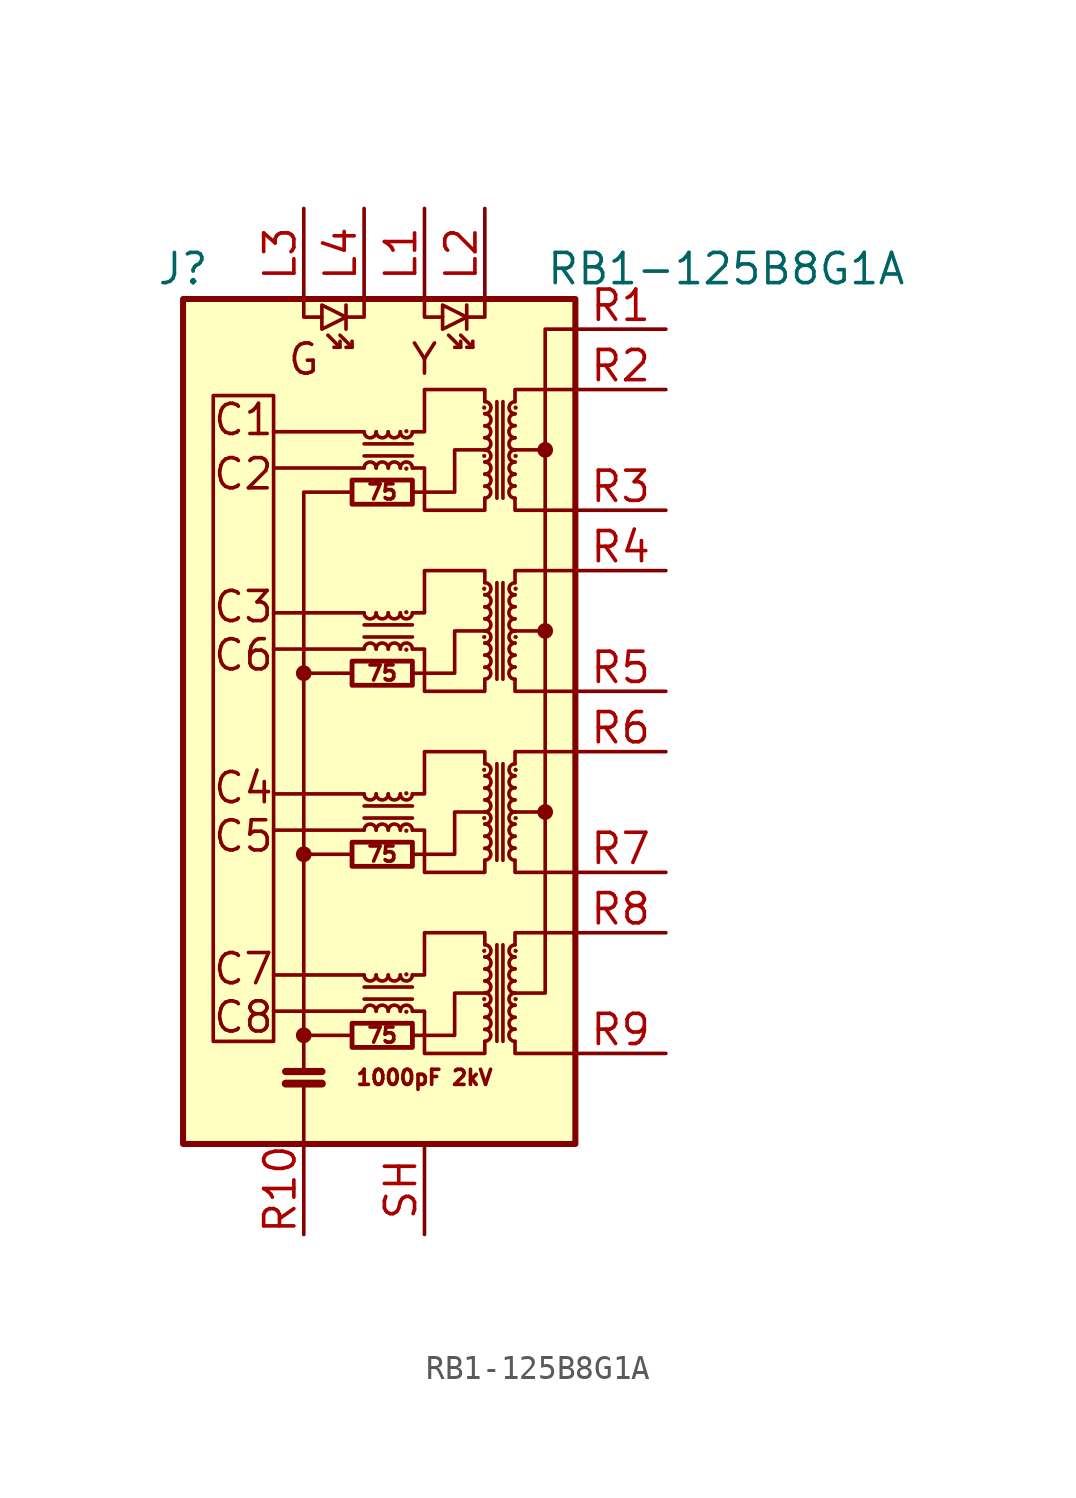
<source format=kicad_sym>
(kicad_symbol_lib
  (version 20201005)
  (generator kicad_symbol_editor)
  (symbol "Connector:RB1-125B8G1A"
    (pin_names hide)
    (property "Reference" "J"
      (at -7.62 20.32 0)
      (effects (font (size 1.27 1.27))))
    (property "Value" "RB1-125B8G1A"
      (at 15.24 20.32 0)
      (effects (font (size 1.27 1.27))))
    (symbol "RB1-125B8G1A_0_0"
      (text "1000pF 2kV" (at 2.54 -13.716 0) (effects (font (size 0.635 0.635))))
      (text "75" (at 0.762 -11.938 0) (effects (font (size 0.635 0.635))))
      (text "75" (at 0.762 -4.318 0) (effects (font (size 0.635 0.635))))
      (text "75" (at 0.762 3.302 0) (effects (font (size 0.635 0.635))))
      (text "75" (at 0.762 10.922 0) (effects (font (size 0.635 0.635))))
      (text "C1" (at -5.08 13.97 0) (effects (font (size 1.27 1.27))))
      (text "C2" (at -5.08 11.684 0) (effects (font (size 1.27 1.27))))
      (text "C3" (at -5.08 6.096 0) (effects (font (size 1.27 1.27))))
      (text "C4" (at -5.08 -1.524 0) (effects (font (size 1.27 1.27))))
      (text "C5" (at -5.08 -3.556 0) (effects (font (size 1.27 1.27))))
      (text "C6" (at -5.08 4.064 0) (effects (font (size 1.27 1.27))))
      (text "C7" (at -5.08 -9.144 0) (effects (font (size 1.27 1.27))))
      (text "C8" (at -5.08 -11.176 0) (effects (font (size 1.27 1.27))))
      (text "G" (at -2.54 16.51 0) (effects (font (size 1.27 1.27))))
      (text "Y" (at 2.54 16.51 0) (effects (font (size 1.27 1.27))))
      (polyline (pts (xy -0.508 -11.938) (xy -2.54 -11.938)) (stroke (width 0)) (fill (type none)))
      (polyline (pts (xy 0 -10.922) (xy -3.81 -10.922)) (stroke (width 0)) (fill (type none)))
      (polyline (pts (xy 0 -9.398) (xy -3.81 -9.398)) (stroke (width 0)) (fill (type none)))
      (polyline (pts (xy 0 -3.302) (xy -3.81 -3.302)) (stroke (width 0)) (fill (type none)))
      (polyline (pts (xy 0 -1.778) (xy -3.81 -1.778)) (stroke (width 0)) (fill (type none)))
      (polyline (pts (xy 0 4.318) (xy -3.81 4.318)) (stroke (width 0)) (fill (type none)))
      (polyline (pts (xy 0 5.842) (xy -3.81 5.842)) (stroke (width 0)) (fill (type none)))
      (polyline (pts (xy 0 11.938) (xy -3.81 11.938)) (stroke (width 0)) (fill (type none)))
      (polyline (pts (xy 0 13.462) (xy -3.81 13.462)) (stroke (width 0)) (fill (type none)))
      (polyline (pts (xy 6.35 5.08) (xy 7.62 5.08)) (stroke (width 0)) (fill (type none)))
      (polyline (pts (xy 7.62 -2.54) (xy 6.35 -2.54)) (stroke (width 0)) (fill (type none)))
      (polyline (pts (xy 7.62 12.7) (xy 6.35 12.7)) (stroke (width 0)) (fill (type none)))
      (polyline (pts (xy 2.032 -11.938) (xy 3.81 -11.938) (xy 3.81 -10.16) (xy 5.08 -10.16)) (stroke (width 0)) (fill (type none)))
      (polyline (pts (xy 2.032 -4.318) (xy 3.81 -4.318) (xy 3.81 -2.54) (xy 5.08 -2.54)) (stroke (width 0)) (fill (type none)))
      (polyline (pts (xy 2.032 3.302) (xy 3.81 3.302) (xy 3.81 5.08) (xy 5.08 5.08)) (stroke (width 0)) (fill (type none)))
      (polyline (pts (xy 2.032 10.922) (xy 3.81 10.922) (xy 3.81 12.7) (xy 5.08 12.7)) (stroke (width 0)) (fill (type none))))
    (symbol "RB1-125B8G1A_0_1"
      (arc (start 0.508 -10.922) (end 0 -10.922) (radius (at 0.254 -10.922) (length 0.254) (angles 0.1 179.9)) (stroke (width 0)) (fill (type none)))
      (arc (start 0 -9.398) (end 0.508 -9.398) (radius (at 0.254 -9.398) (length 0.254) (angles -179.9 -0.1)) (stroke (width 0)) (fill (type none)))
      (arc (start 0.508 -3.302) (end 0 -3.302) (radius (at 0.254 -3.302) (length 0.254) (angles 0.1 179.9)) (stroke (width 0)) (fill (type none)))
      (arc (start 0 -1.778) (end 0.508 -1.778) (radius (at 0.254 -1.778) (length 0.254) (angles -179.9 -0.1)) (stroke (width 0)) (fill (type none)))
      (arc (start 0.508 4.318) (end 0 4.318) (radius (at 0.254 4.318) (length 0.254) (angles 0.1 179.9)) (stroke (width 0)) (fill (type none)))
      (arc (start 0 5.842) (end 0.508 5.842) (radius (at 0.254 5.842) (length 0.254) (angles -179.9 -0.1)) (stroke (width 0)) (fill (type none)))
      (arc (start 0.508 11.938) (end 0 11.938) (radius (at 0.254 11.938) (length 0.254) (angles 0.1 179.9)) (stroke (width 0)) (fill (type none)))
      (arc (start 0 13.462) (end 0.508 13.462) (radius (at 0.254 13.462) (length 0.254) (angles -179.9 -0.1)) (stroke (width 0)) (fill (type none)))
      (arc (start 1.016 -10.922) (end 0.508 -10.922) (radius (at 0.762 -10.922) (length 0.254) (angles 0.1 179.9)) (stroke (width 0)) (fill (type none)))
      (arc (start 0.508 -9.398) (end 1.016 -9.398) (radius (at 0.762 -9.398) (length 0.254) (angles -179.9 -0.1)) (stroke (width 0)) (fill (type none)))
      (arc (start 1.016 -3.302) (end 0.508 -3.302) (radius (at 0.762 -3.302) (length 0.254) (angles 0.1 179.9)) (stroke (width 0)) (fill (type none)))
      (arc (start 0.508 -1.778) (end 1.016 -1.778) (radius (at 0.762 -1.778) (length 0.254) (angles -179.9 -0.1)) (stroke (width 0)) (fill (type none)))
      (arc (start 1.016 4.318) (end 0.508 4.318) (radius (at 0.762 4.318) (length 0.254) (angles 0.1 179.9)) (stroke (width 0)) (fill (type none)))
      (arc (start 0.508 5.842) (end 1.016 5.842) (radius (at 0.762 5.842) (length 0.254) (angles -179.9 -0.1)) (stroke (width 0)) (fill (type none)))
      (arc (start 1.016 11.938) (end 0.508 11.938) (radius (at 0.762 11.938) (length 0.254) (angles 0.1 179.9)) (stroke (width 0)) (fill (type none)))
      (arc (start 0.508 13.462) (end 1.016 13.462) (radius (at 0.762 13.462) (length 0.254) (angles -179.9 -0.1)) (stroke (width 0)) (fill (type none)))
      (arc (start 1.524 -10.922) (end 1.016 -10.922) (radius (at 1.27 -10.922) (length 0.254) (angles 0.1 179.9)) (stroke (width 0)) (fill (type none)))
      (arc (start 1.016 -9.398) (end 1.524 -9.398) (radius (at 1.27 -9.398) (length 0.254) (angles -179.9 -0.1)) (stroke (width 0)) (fill (type none)))
      (arc (start 1.524 -3.302) (end 1.016 -3.302) (radius (at 1.27 -3.302) (length 0.254) (angles 0.1 179.9)) (stroke (width 0)) (fill (type none)))
      (arc (start 1.016 -1.778) (end 1.524 -1.778) (radius (at 1.27 -1.778) (length 0.254) (angles -179.9 -0.1)) (stroke (width 0)) (fill (type none)))
      (arc (start 1.524 4.318) (end 1.016 4.318) (radius (at 1.27 4.318) (length 0.254) (angles 0.1 179.9)) (stroke (width 0)) (fill (type none)))
      (arc (start 1.016 5.842) (end 1.524 5.842) (radius (at 1.27 5.842) (length 0.254) (angles -179.9 -0.1)) (stroke (width 0)) (fill (type none)))
      (arc (start 1.524 11.938) (end 1.016 11.938) (radius (at 1.27 11.938) (length 0.254) (angles 0.1 179.9)) (stroke (width 0)) (fill (type none)))
      (arc (start 1.016 13.462) (end 1.524 13.462) (radius (at 1.27 13.462) (length 0.254) (angles -179.9 -0.1)) (stroke (width 0)) (fill (type none)))
      (arc (start 2.032 -10.922) (end 1.524 -10.922) (radius (at 1.778 -10.922) (length 0.254) (angles 0.1 179.9)) (stroke (width 0)) (fill (type none)))
      (arc (start 1.524 -9.398) (end 2.032 -9.398) (radius (at 1.778 -9.398) (length 0.254) (angles -179.9 -0.1)) (stroke (width 0)) (fill (type none)))
      (arc (start 2.032 -3.302) (end 1.524 -3.302) (radius (at 1.778 -3.302) (length 0.254) (angles 0.1 179.9)) (stroke (width 0)) (fill (type none)))
      (arc (start 1.524 -1.778) (end 2.032 -1.778) (radius (at 1.778 -1.778) (length 0.254) (angles -179.9 -0.1)) (stroke (width 0)) (fill (type none)))
      (arc (start 2.032 4.318) (end 1.524 4.318) (radius (at 1.778 4.318) (length 0.254) (angles 0.1 179.9)) (stroke (width 0)) (fill (type none)))
      (arc (start 1.524 5.842) (end 2.032 5.842) (radius (at 1.778 5.842) (length 0.254) (angles -179.9 -0.1)) (stroke (width 0)) (fill (type none)))
      (arc (start 2.032 11.938) (end 1.524 11.938) (radius (at 1.778 11.938) (length 0.254) (angles 0.1 179.9)) (stroke (width 0)) (fill (type none)))
      (arc (start 1.524 13.462) (end 2.032 13.462) (radius (at 1.778 13.462) (length 0.254) (angles -179.9 -0.1)) (stroke (width 0)) (fill (type none)))
      (arc (start 5.08 -12.192) (end 5.08 -11.684) (radius (at 5.08 -11.938) (length 0.254) (angles -89.9 89.9)) (stroke (width 0)) (fill (type none)))
      (arc (start 5.08 -11.684) (end 5.08 -11.176) (radius (at 5.08 -11.43) (length 0.254) (angles -89.9 89.9)) (stroke (width 0)) (fill (type none)))
      (arc (start 5.08 -11.176) (end 5.08 -10.668) (radius (at 5.08 -10.922) (length 0.254) (angles -89.9 89.9)) (stroke (width 0)) (fill (type none)))
      (arc (start 5.08 -10.668) (end 5.08 -10.16) (radius (at 5.08 -10.414) (length 0.254) (angles -89.9 89.9)) (stroke (width 0)) (fill (type none)))
      (arc (start 5.08 -10.16) (end 5.08 -9.652) (radius (at 5.08 -9.906) (length 0.254) (angles -89.9 89.9)) (stroke (width 0)) (fill (type none)))
      (arc (start 5.08 -9.652) (end 5.08 -9.144) (radius (at 5.08 -9.398) (length 0.254) (angles -89.9 89.9)) (stroke (width 0)) (fill (type none)))
      (arc (start 5.08 -9.144) (end 5.08 -8.636) (radius (at 5.08 -8.89) (length 0.254) (angles -89.9 89.9)) (stroke (width 0)) (fill (type none)))
      (arc (start 5.08 -8.636) (end 5.08 -8.128) (radius (at 5.08 -8.382) (length 0.254) (angles -89.9 89.9)) (stroke (width 0)) (fill (type none)))
      (arc (start 5.08 -4.572) (end 5.08 -4.064) (radius (at 5.08 -4.318) (length 0.254) (angles -89.9 89.9)) (stroke (width 0)) (fill (type none)))
      (arc (start 5.08 -4.064) (end 5.08 -3.556) (radius (at 5.08 -3.81) (length 0.254) (angles -89.9 89.9)) (stroke (width 0)) (fill (type none)))
      (arc (start 5.08 -3.556) (end 5.08 -3.048) (radius (at 5.08 -3.302) (length 0.254) (angles -89.9 89.9)) (stroke (width 0)) (fill (type none)))
      (arc (start 5.08 -3.048) (end 5.08 -2.54) (radius (at 5.08 -2.794) (length 0.254) (angles -89.9 89.9)) (stroke (width 0)) (fill (type none)))
      (arc (start 5.08 -2.54) (end 5.08 -2.032) (radius (at 5.08 -2.286) (length 0.254) (angles -89.9 89.9)) (stroke (width 0)) (fill (type none)))
      (arc (start 5.08 -2.032) (end 5.08 -1.524) (radius (at 5.08 -1.778) (length 0.254) (angles -89.9 89.9)) (stroke (width 0)) (fill (type none)))
      (arc (start 5.08 -1.524) (end 5.08 -1.016) (radius (at 5.08 -1.27) (length 0.254) (angles -89.9 89.9)) (stroke (width 0)) (fill (type none)))
      (arc (start 5.08 -1.016) (end 5.08 -0.508) (radius (at 5.08 -0.762) (length 0.254) (angles -89.9 89.9)) (stroke (width 0)) (fill (type none)))
      (arc (start 5.08 3.048) (end 5.08 3.556) (radius (at 5.08 3.302) (length 0.254) (angles -89.9 89.9)) (stroke (width 0)) (fill (type none)))
      (arc (start 5.08 3.556) (end 5.08 4.064) (radius (at 5.08 3.81) (length 0.254) (angles -89.9 89.9)) (stroke (width 0)) (fill (type none)))
      (arc (start 5.08 4.064) (end 5.08 4.572) (radius (at 5.08 4.318) (length 0.254) (angles -89.9 89.9)) (stroke (width 0)) (fill (type none)))
      (arc (start 5.08 4.572) (end 5.08 5.08) (radius (at 5.08 4.826) (length 0.254) (angles -89.9 89.9)) (stroke (width 0)) (fill (type none)))
      (arc (start 5.08 5.08) (end 5.08 5.588) (radius (at 5.08 5.334) (length 0.254) (angles -89.9 89.9)) (stroke (width 0)) (fill (type none)))
      (arc (start 5.08 5.588) (end 5.08 6.096) (radius (at 5.08 5.842) (length 0.254) (angles -89.9 89.9)) (stroke (width 0)) (fill (type none)))
      (arc (start 5.08 6.096) (end 5.08 6.604) (radius (at 5.08 6.35) (length 0.254) (angles -89.9 89.9)) (stroke (width 0)) (fill (type none)))
      (arc (start 5.08 6.604) (end 5.08 7.112) (radius (at 5.08 6.858) (length 0.254) (angles -89.9 89.9)) (stroke (width 0)) (fill (type none)))
      (arc (start 5.08 10.668) (end 5.08 11.176) (radius (at 5.08 10.922) (length 0.254) (angles -89.9 89.9)) (stroke (width 0)) (fill (type none)))
      (arc (start 5.08 11.176) (end 5.08 11.684) (radius (at 5.08 11.43) (length 0.254) (angles -89.9 89.9)) (stroke (width 0)) (fill (type none)))
      (arc (start 5.08 11.684) (end 5.08 12.192) (radius (at 5.08 11.938) (length 0.254) (angles -89.9 89.9)) (stroke (width 0)) (fill (type none)))
      (arc (start 5.08 12.192) (end 5.08 12.7) (radius (at 5.08 12.446) (length 0.254) (angles -89.9 89.9)) (stroke (width 0)) (fill (type none)))
      (arc (start 5.08 12.7) (end 5.08 13.208) (radius (at 5.08 12.954) (length 0.254) (angles -89.9 89.9)) (stroke (width 0)) (fill (type none)))
      (arc (start 5.08 13.208) (end 5.08 13.716) (radius (at 5.08 13.462) (length 0.254) (angles -89.9 89.9)) (stroke (width 0)) (fill (type none)))
      (arc (start 5.08 13.716) (end 5.08 14.224) (radius (at 5.08 13.97) (length 0.254) (angles -89.9 89.9)) (stroke (width 0)) (fill (type none)))
      (arc (start 5.08 14.224) (end 5.08 14.732) (radius (at 5.08 14.478) (length 0.254) (angles -89.9 89.9)) (stroke (width 0)) (fill (type none)))
      (arc (start 6.35 -11.684) (end 6.35 -12.192) (radius (at 6.35 -11.938) (length 0.254) (angles 90.1 -90.1)) (stroke (width 0)) (fill (type none)))
      (arc (start 6.35 -11.176) (end 6.35 -11.684) (radius (at 6.35 -11.43) (length 0.254) (angles 90.1 -90.1)) (stroke (width 0)) (fill (type none)))
      (arc (start 6.35 -10.668) (end 6.35 -11.176) (radius (at 6.35 -10.922) (length 0.254) (angles 90.1 -90.1)) (stroke (width 0)) (fill (type none)))
      (arc (start 6.35 -10.16) (end 6.35 -10.668) (radius (at 6.35 -10.414) (length 0.254) (angles 90.1 -90.1)) (stroke (width 0)) (fill (type none)))
      (arc (start 6.35 -9.652) (end 6.35 -10.16) (radius (at 6.35 -9.906) (length 0.254) (angles 90.1 -90.1)) (stroke (width 0)) (fill (type none)))
      (arc (start 6.35 -9.144) (end 6.35 -9.652) (radius (at 6.35 -9.398) (length 0.254) (angles 90.1 -90.1)) (stroke (width 0)) (fill (type none)))
      (arc (start 6.35 -8.636) (end 6.35 -9.144) (radius (at 6.35 -8.89) (length 0.254) (angles 90.1 -90.1)) (stroke (width 0)) (fill (type none)))
      (arc (start 6.35 -8.128) (end 6.35 -8.636) (radius (at 6.35 -8.382) (length 0.254) (angles 90.1 -90.1)) (stroke (width 0)) (fill (type none)))
      (arc (start 6.35 -4.064) (end 6.35 -4.572) (radius (at 6.35 -4.318) (length 0.254) (angles 90.1 -90.1)) (stroke (width 0)) (fill (type none)))
      (arc (start 6.35 -3.556) (end 6.35 -4.064) (radius (at 6.35 -3.81) (length 0.254) (angles 90.1 -90.1)) (stroke (width 0)) (fill (type none)))
      (arc (start 6.35 -3.048) (end 6.35 -3.556) (radius (at 6.35 -3.302) (length 0.254) (angles 90.1 -90.1)) (stroke (width 0)) (fill (type none)))
      (arc (start 6.35 -2.54) (end 6.35 -3.048) (radius (at 6.35 -2.794) (length 0.254) (angles 90.1 -90.1)) (stroke (width 0)) (fill (type none)))
      (arc (start 6.35 -2.032) (end 6.35 -2.54) (radius (at 6.35 -2.286) (length 0.254) (angles 90.1 -90.1)) (stroke (width 0)) (fill (type none)))
      (arc (start 6.35 -1.524) (end 6.35 -2.032) (radius (at 6.35 -1.778) (length 0.254) (angles 90.1 -90.1)) (stroke (width 0)) (fill (type none)))
      (arc (start 6.35 -1.016) (end 6.35 -1.524) (radius (at 6.35 -1.27) (length 0.254) (angles 90.1 -90.1)) (stroke (width 0)) (fill (type none)))
      (arc (start 6.35 -0.508) (end 6.35 -1.016) (radius (at 6.35 -0.762) (length 0.254) (angles 90.1 -90.1)) (stroke (width 0)) (fill (type none)))
      (arc (start 6.35 3.556) (end 6.35 3.048) (radius (at 6.35 3.302) (length 0.254) (angles 90.1 -90.1)) (stroke (width 0)) (fill (type none)))
      (arc (start 6.35 4.064) (end 6.35 3.556) (radius (at 6.35 3.81) (length 0.254) (angles 90.1 -90.1)) (stroke (width 0)) (fill (type none)))
      (arc (start 6.35 4.572) (end 6.35 4.064) (radius (at 6.35 4.318) (length 0.254) (angles 90.1 -90.1)) (stroke (width 0)) (fill (type none)))
      (arc (start 6.35 5.08) (end 6.35 4.572) (radius (at 6.35 4.826) (length 0.254) (angles 90.1 -90.1)) (stroke (width 0)) (fill (type none)))
      (arc (start 6.35 5.588) (end 6.35 5.08) (radius (at 6.35 5.334) (length 0.254) (angles 90.1 -90.1)) (stroke (width 0)) (fill (type none)))
      (arc (start 6.35 6.096) (end 6.35 5.588) (radius (at 6.35 5.842) (length 0.254) (angles 90.1 -90.1)) (stroke (width 0)) (fill (type none)))
      (arc (start 6.35 6.604) (end 6.35 6.096) (radius (at 6.35 6.35) (length 0.254) (angles 90.1 -90.1)) (stroke (width 0)) (fill (type none)))
      (arc (start 6.35 7.112) (end 6.35 6.604) (radius (at 6.35 6.858) (length 0.254) (angles 90.1 -90.1)) (stroke (width 0)) (fill (type none)))
      (arc (start 6.35 11.176) (end 6.35 10.668) (radius (at 6.35 10.922) (length 0.254) (angles 90.1 -90.1)) (stroke (width 0)) (fill (type none)))
      (arc (start 6.35 11.684) (end 6.35 11.176) (radius (at 6.35 11.43) (length 0.254) (angles 90.1 -90.1)) (stroke (width 0)) (fill (type none)))
      (arc (start 6.35 12.192) (end 6.35 11.684) (radius (at 6.35 11.938) (length 0.254) (angles 90.1 -90.1)) (stroke (width 0)) (fill (type none)))
      (arc (start 6.35 12.7) (end 6.35 12.192) (radius (at 6.35 12.446) (length 0.254) (angles 90.1 -90.1)) (stroke (width 0)) (fill (type none)))
      (arc (start 6.35 13.208) (end 6.35 12.7) (radius (at 6.35 12.954) (length 0.254) (angles 90.1 -90.1)) (stroke (width 0)) (fill (type none)))
      (arc (start 6.35 13.716) (end 6.35 13.208) (radius (at 6.35 13.462) (length 0.254) (angles 90.1 -90.1)) (stroke (width 0)) (fill (type none)))
      (arc (start 6.35 14.224) (end 6.35 13.716) (radius (at 6.35 13.97) (length 0.254) (angles 90.1 -90.1)) (stroke (width 0)) (fill (type none)))
      (arc (start 6.35 14.732) (end 6.35 14.224) (radius (at 6.35 14.478) (length 0.254) (angles 90.1 -90.1)) (stroke (width 0)) (fill (type none)))
      (circle (center -2.54 -11.938) (radius 0.254) (stroke (width 0)) (fill (type outline)))
      (circle (center -2.54 -4.318) (radius 0.254) (stroke (width 0)) (fill (type outline)))
      (circle (center -2.54 3.302) (radius 0.254) (stroke (width 0)) (fill (type outline)))
      (circle (center 1.778 -10.947) (radius 0.076) (stroke (width 0.025)) (fill (type outline)))
      (circle (center 1.778 -9.373) (radius 0.076) (stroke (width 0.025)) (fill (type outline)))
      (circle (center 1.778 -3.327) (radius 0.076) (stroke (width 0.025)) (fill (type outline)))
      (circle (center 1.778 -1.753) (radius 0.076) (stroke (width 0.025)) (fill (type outline)))
      (circle (center 1.778 4.293) (radius 0.076) (stroke (width 0.025)) (fill (type outline)))
      (circle (center 1.778 5.867) (radius 0.076) (stroke (width 0.025)) (fill (type outline)))
      (circle (center 1.778 11.913) (radius 0.076) (stroke (width 0.025)) (fill (type outline)))
      (circle (center 1.778 13.487) (radius 0.076) (stroke (width 0.025)) (fill (type outline)))
      (circle (center 5.055 -10.414) (radius 0.076) (stroke (width 0.025)) (fill (type outline)))
      (circle (center 5.055 -8.382) (radius 0.076) (stroke (width 0.025)) (fill (type outline)))
      (circle (center 5.055 -2.794) (radius 0.076) (stroke (width 0.025)) (fill (type outline)))
      (circle (center 5.055 -0.762) (radius 0.076) (stroke (width 0.025)) (fill (type outline)))
      (circle (center 5.055 4.826) (radius 0.076) (stroke (width 0.025)) (fill (type outline)))
      (circle (center 5.055 6.858) (radius 0.076) (stroke (width 0.025)) (fill (type outline)))
      (circle (center 5.055 12.446) (radius 0.076) (stroke (width 0.025)) (fill (type outline)))
      (circle (center 5.055 14.478) (radius 0.076) (stroke (width 0.025)) (fill (type outline)))
      (circle (center 6.375 -10.414) (radius 0.076) (stroke (width 0.025)) (fill (type outline)))
      (circle (center 6.375 -8.382) (radius 0.076) (stroke (width 0.025)) (fill (type outline)))
      (circle (center 6.375 -2.794) (radius 0.076) (stroke (width 0.025)) (fill (type outline)))
      (circle (center 6.375 -0.762) (radius 0.076) (stroke (width 0.025)) (fill (type outline)))
      (circle (center 6.375 4.826) (radius 0.076) (stroke (width 0.025)) (fill (type outline)))
      (circle (center 6.375 6.858) (radius 0.076) (stroke (width 0.025)) (fill (type outline)))
      (circle (center 6.375 12.446) (radius 0.076) (stroke (width 0.025)) (fill (type outline)))
      (circle (center 6.375 14.478) (radius 0.076) (stroke (width 0.025)) (fill (type outline)))
      (circle (center 7.62 -2.54) (radius 0.254) (stroke (width 0)) (fill (type outline)))
      (circle (center 7.62 5.08) (radius 0.254) (stroke (width 0)) (fill (type outline)))
      (circle (center 7.62 12.7) (radius 0.254) (stroke (width 0)) (fill (type outline)))
      (rectangle (start -3.81 -12.192) (end -6.35 14.986) (stroke (width 0)) (fill (type none)))
      (rectangle (start -0.508 -12.446) (end 2.032 -11.43) (stroke (width 0.203)) (fill (type none)))
      (rectangle (start -0.508 -4.826) (end 2.032 -3.81) (stroke (width 0.203)) (fill (type none)))
      (rectangle (start -0.508 2.794) (end 2.032 3.81) (stroke (width 0.203)) (fill (type none)))
      (rectangle (start -0.508 10.414) (end 2.032 11.43) (stroke (width 0.203)) (fill (type none)))
      (rectangle (start 8.89 19.05) (end -7.62 -16.51) (stroke (width 0.254)) (fill (type background)))
      (polyline (pts (xy -3.302 -13.97) (xy -1.778 -13.97)) (stroke (width 0.33)) (fill (type none)))
      (polyline (pts (xy -3.302 -13.462) (xy -1.778 -13.462)) (stroke (width 0.305)) (fill (type none)))
      (polyline (pts (xy -2.54 -16.51) (xy -2.54 -13.97)) (stroke (width 0)) (fill (type none)))
      (polyline (pts (xy -2.54 3.302) (xy -0.508 3.302)) (stroke (width 0)) (fill (type none)))
      (polyline (pts (xy -1.016 17.018) (xy -1.524 17.526)) (stroke (width 0)) (fill (type none)))
      (polyline (pts (xy -0.762 18.796) (xy -0.762 17.78)) (stroke (width 0)) (fill (type none)))
      (polyline (pts (xy -0.508 -4.318) (xy -2.54 -4.318)) (stroke (width 0)) (fill (type none)))
      (polyline (pts (xy -0.508 17.018) (xy -1.016 17.526)) (stroke (width 0)) (fill (type none)))
      (polyline (pts (xy 0 -10.414) (xy 2.032 -10.414)) (stroke (width 0)) (fill (type none)))
      (polyline (pts (xy 0 -2.794) (xy 2.032 -2.794)) (stroke (width 0)) (fill (type none)))
      (polyline (pts (xy 0 4.826) (xy 2.032 4.826)) (stroke (width 0)) (fill (type none)))
      (polyline (pts (xy 0 12.446) (xy 2.032 12.446)) (stroke (width 0)) (fill (type none)))
      (polyline (pts (xy 2.032 -9.906) (xy 0 -9.906)) (stroke (width 0)) (fill (type none)))
      (polyline (pts (xy 2.032 -2.286) (xy 0 -2.286)) (stroke (width 0)) (fill (type none)))
      (polyline (pts (xy 2.032 5.334) (xy 0 5.334)) (stroke (width 0)) (fill (type none)))
      (polyline (pts (xy 2.032 12.954) (xy 0 12.954)) (stroke (width 0)) (fill (type none)))
      (polyline (pts (xy 4.064 17.018) (xy 3.556 17.526)) (stroke (width 0)) (fill (type none)))
      (polyline (pts (xy 4.318 18.796) (xy 4.318 17.78)) (stroke (width 0)) (fill (type none)))
      (polyline (pts (xy 4.572 17.018) (xy 4.064 17.526)) (stroke (width 0)) (fill (type none)))
      (polyline (pts (xy 5.588 -8.128) (xy 5.588 -12.192)) (stroke (width 0)) (fill (type none)))
      (polyline (pts (xy 5.588 -0.508) (xy 5.588 -4.572)) (stroke (width 0)) (fill (type none)))
      (polyline (pts (xy 5.588 7.112) (xy 5.588 3.048)) (stroke (width 0)) (fill (type none)))
      (polyline (pts (xy 5.588 14.732) (xy 5.588 10.668)) (stroke (width 0)) (fill (type none)))
      (polyline (pts (xy 5.842 -12.192) (xy 5.842 -8.128)) (stroke (width 0)) (fill (type none)))
      (polyline (pts (xy 5.842 -4.572) (xy 5.842 -0.508)) (stroke (width 0)) (fill (type none)))
      (polyline (pts (xy 5.842 3.048) (xy 5.842 7.112)) (stroke (width 0)) (fill (type none)))
      (polyline (pts (xy 5.842 10.668) (xy 5.842 14.732)) (stroke (width 0)) (fill (type none)))
      (polyline (pts (xy -2.54 -13.462) (xy -2.54 10.922) (xy -0.508 10.922)) (stroke (width 0)) (fill (type none)))
      (polyline (pts (xy -2.54 19.05) (xy -2.54 18.288) (xy -1.778 18.288)) (stroke (width 0)) (fill (type none)))
      (polyline (pts (xy -1.016 17.272) (xy -1.016 17.018) (xy -1.27 17.018)) (stroke (width 0)) (fill (type none)))
      (polyline (pts (xy -0.508 17.272) (xy -0.508 17.018) (xy -0.762 17.018)) (stroke (width 0)) (fill (type none)))
      (polyline (pts (xy 0 19.05) (xy 0 18.288) (xy -0.762 18.288)) (stroke (width 0)) (fill (type none)))
      (polyline (pts (xy 2.54 19.05) (xy 2.54 18.288) (xy 3.302 18.288)) (stroke (width 0)) (fill (type none)))
      (polyline (pts (xy 4.064 17.272) (xy 4.064 17.018) (xy 3.81 17.018)) (stroke (width 0)) (fill (type none)))
      (polyline (pts (xy 4.572 17.272) (xy 4.572 17.018) (xy 4.318 17.018)) (stroke (width 0)) (fill (type none)))
      (polyline (pts (xy 5.08 19.05) (xy 5.08 18.288) (xy 4.318 18.288)) (stroke (width 0)) (fill (type none)))
      (polyline (pts (xy 6.35 -12.192) (xy 6.35 -12.7) (xy 8.89 -12.7)) (stroke (width 0)) (fill (type none)))
      (polyline (pts (xy 6.35 -8.128) (xy 6.35 -7.62) (xy 8.89 -7.62)) (stroke (width 0)) (fill (type none)))
      (polyline (pts (xy 6.35 -4.572) (xy 6.35 -5.08) (xy 8.89 -5.08)) (stroke (width 0)) (fill (type none)))
      (polyline (pts (xy 6.35 -0.508) (xy 6.35 0) (xy 8.89 0)) (stroke (width 0)) (fill (type none)))
      (polyline (pts (xy 6.35 3.048) (xy 6.35 2.54) (xy 8.89 2.54)) (stroke (width 0)) (fill (type none)))
      (polyline (pts (xy 6.35 7.112) (xy 6.35 7.62) (xy 8.89 7.62)) (stroke (width 0)) (fill (type none)))
      (polyline (pts (xy 6.35 10.668) (xy 6.35 10.16) (xy 8.89 10.16)) (stroke (width 0)) (fill (type none)))
      (polyline (pts (xy 6.35 14.732) (xy 6.35 15.24) (xy 8.89 15.24)) (stroke (width 0)) (fill (type none)))
      (polyline (pts (xy -0.762 18.288) (xy -1.778 18.796) (xy -1.778 17.78) (xy -0.762 18.288)) (stroke (width 0)) (fill (type none)))
      (polyline (pts (xy 4.318 18.288) (xy 3.302 18.796) (xy 3.302 17.78) (xy 4.318 18.288)) (stroke (width 0)) (fill (type none)))
      (polyline (pts (xy 8.89 17.78) (xy 7.62 17.78) (xy 7.62 -10.16) (xy 6.35 -10.16)) (stroke (width 0)) (fill (type none)))
      (polyline (pts (xy 2.032 -9.398) (xy 2.54 -9.398) (xy 2.54 -7.62) (xy 5.08 -7.62) (xy 5.08 -8.128)) (stroke (width 0)) (fill (type none)))
      (polyline (pts (xy 2.032 -1.778) (xy 2.54 -1.778) (xy 2.54 0) (xy 5.08 0) (xy 5.08 -0.508)) (stroke (width 0)) (fill (type none)))
      (polyline (pts (xy 2.032 5.842) (xy 2.54 5.842) (xy 2.54 7.62) (xy 5.08 7.62) (xy 5.08 7.112)) (stroke (width 0)) (fill (type none)))
      (polyline (pts (xy 2.032 13.462) (xy 2.54 13.462) (xy 2.54 15.24) (xy 5.08 15.24) (xy 5.08 14.732)) (stroke (width 0)) (fill (type none)))
      (polyline (pts (xy 5.08 -12.192) (xy 5.08 -12.7) (xy 2.54 -12.7) (xy 2.54 -10.922) (xy 2.032 -10.922)) (stroke (width 0)) (fill (type none)))
      (polyline (pts (xy 5.08 -4.572) (xy 5.08 -5.08) (xy 2.54 -5.08) (xy 2.54 -3.302) (xy 2.032 -3.302)) (stroke (width 0)) (fill (type none)))
      (polyline (pts (xy 5.08 3.048) (xy 5.08 2.54) (xy 2.54 2.54) (xy 2.54 4.318) (xy 2.032 4.318)) (stroke (width 0)) (fill (type none)))
      (polyline (pts (xy 5.08 10.668) (xy 5.08 10.16) (xy 2.54 10.16) (xy 2.54 11.938) (xy 2.032 11.938)) (stroke (width 0)) (fill (type none)))
      (pin power_in line (at -2.54 -20.32 90) (length 3.81) (name "GND" (effects (font (size 1.27 1.27)))) (number "R10" (effects (font (size 1.27 1.27))))))
    (symbol "RB1-125B8G1A_1_1"
      (pin passive line (at 2.54 22.86 270) (length 3.81) (name "~" (effects (font (size 1.27 1.27)))) (number "L1" (effects (font (size 1.27 1.27)))))
      (pin passive line (at 5.08 22.86 270) (length 3.81) (name "~" (effects (font (size 1.27 1.27)))) (number "L2" (effects (font (size 1.27 1.27)))))
      (pin passive line (at -2.54 22.86 270) (length 3.81) (name "~" (effects (font (size 1.27 1.27)))) (number "L3" (effects (font (size 1.27 1.27)))))
      (pin passive line (at 0 22.86 270) (length 3.81) (name "~" (effects (font (size 1.27 1.27)))) (number "L4" (effects (font (size 1.27 1.27)))))
      (pin passive line (at 12.7 17.78 180) (length 3.81) (name "CT" (effects (font (size 1.27 1.27)))) (number "R1" (effects (font (size 1.27 1.27)))))
      (pin passive line (at 12.7 15.24 180) (length 3.81) (name "TD1+" (effects (font (size 1.27 1.27)))) (number "R2" (effects (font (size 1.27 1.27)))))
      (pin passive line (at 12.7 10.16 180) (length 3.81) (name "TD1-" (effects (font (size 1.27 1.27)))) (number "R3" (effects (font (size 1.27 1.27)))))
      (pin passive line (at 12.7 7.62 180) (length 3.81) (name "TD2+" (effects (font (size 1.27 1.27)))) (number "R4" (effects (font (size 1.27 1.27)))))
      (pin passive line (at 12.7 2.54 180) (length 3.81) (name "TD2-" (effects (font (size 1.27 1.27)))) (number "R5" (effects (font (size 1.27 1.27)))))
      (pin passive line (at 12.7 0 180) (length 3.81) (name "TD3+" (effects (font (size 1.27 1.27)))) (number "R6" (effects (font (size 1.27 1.27)))))
      (pin passive line (at 12.7 -5.08 180) (length 3.81) (name "TD3-" (effects (font (size 1.27 1.27)))) (number "R7" (effects (font (size 1.27 1.27)))))
      (pin passive line (at 12.7 -7.62 180) (length 3.81) (name "TD4+" (effects (font (size 1.27 1.27)))) (number "R8" (effects (font (size 1.27 1.27)))))
      (pin passive line (at 12.7 -12.7 180) (length 3.81) (name "TD4-" (effects (font (size 1.27 1.27)))) (number "R9" (effects (font (size 1.27 1.27)))))
      (pin passive line (at 2.54 -20.32 90) (length 3.81) (name "SH" (effects (font (size 1.27 1.27)))) (number "SH" (effects (font (size 1.27 1.27))))))))
</source>
